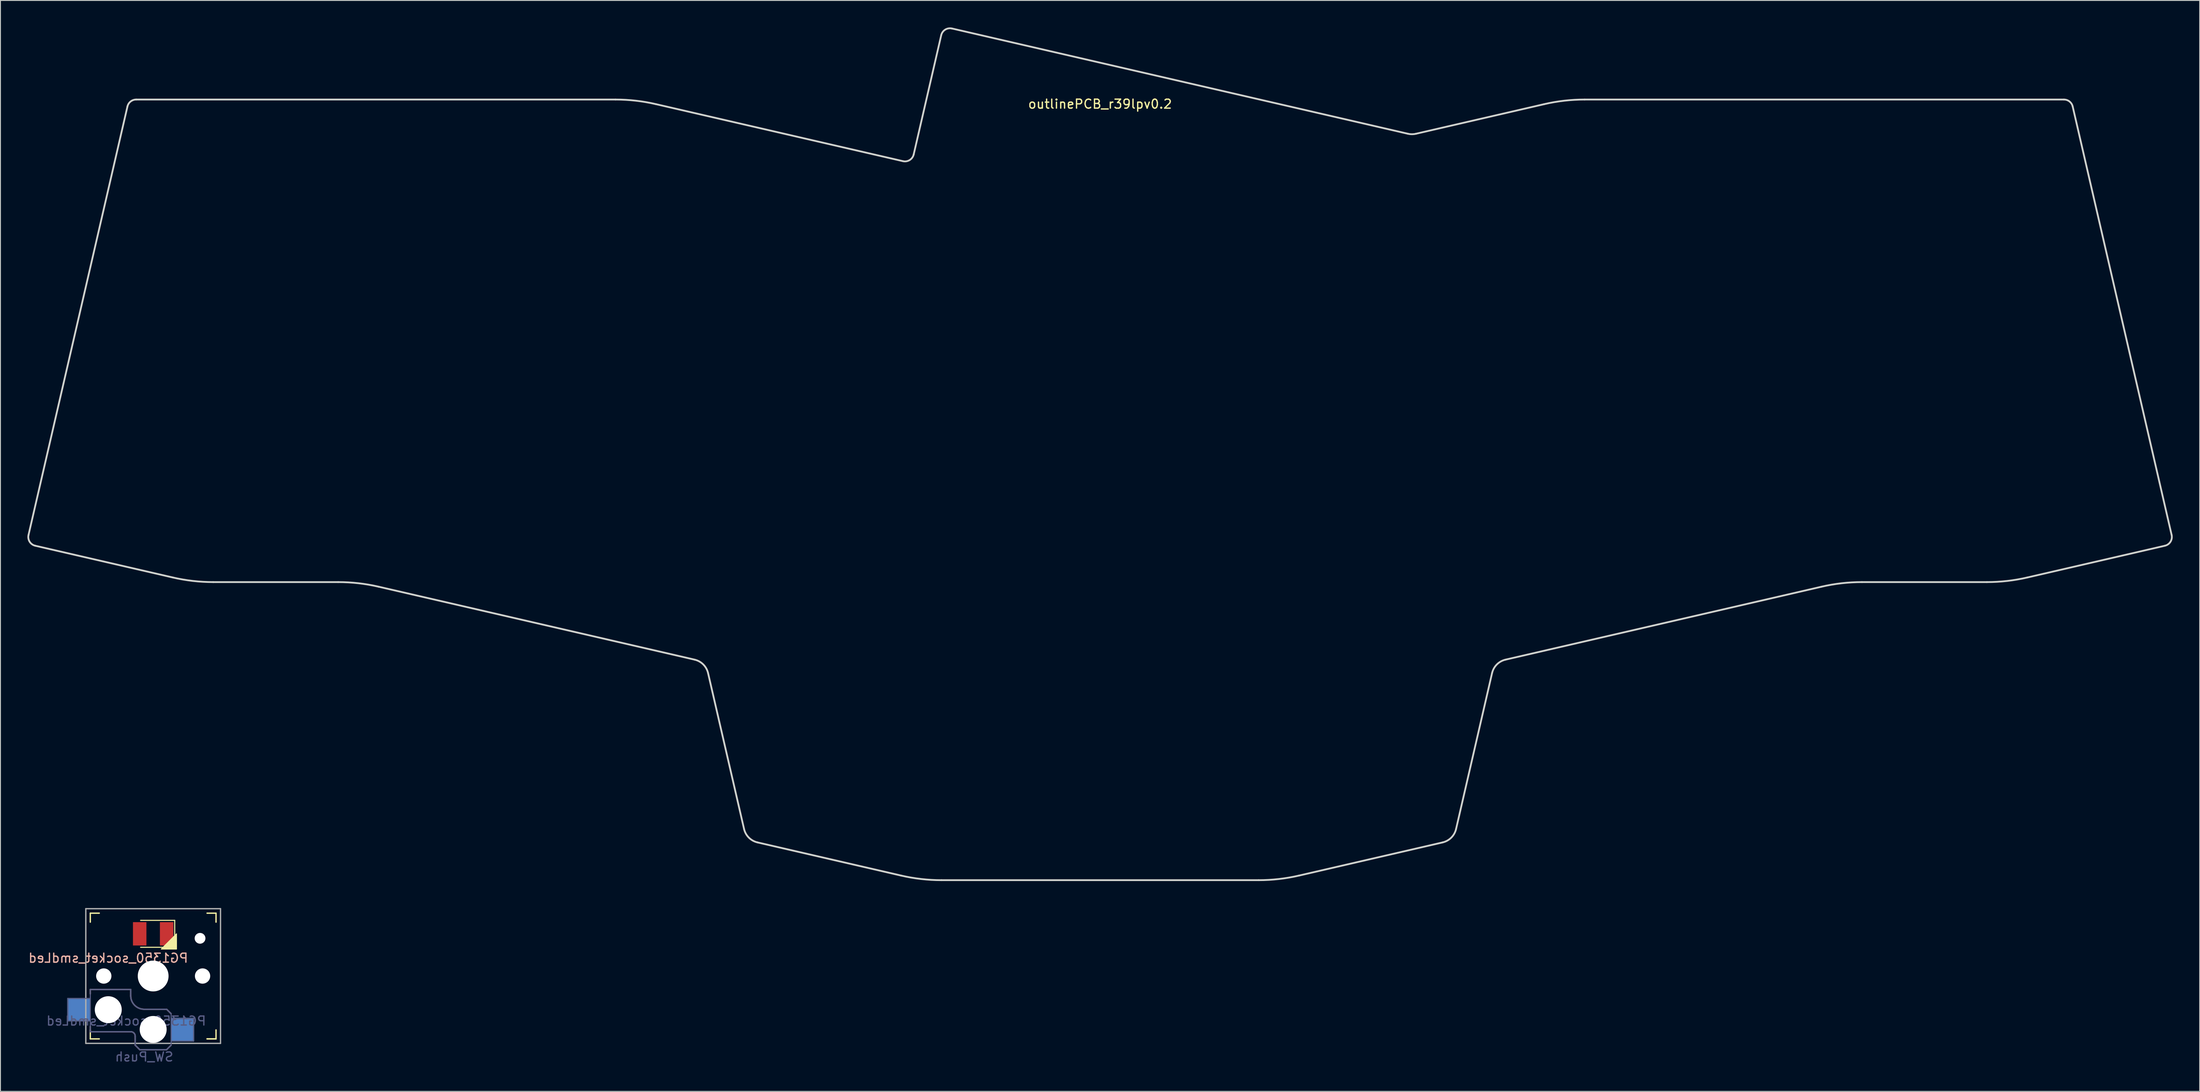
<source format=kicad_pcb>
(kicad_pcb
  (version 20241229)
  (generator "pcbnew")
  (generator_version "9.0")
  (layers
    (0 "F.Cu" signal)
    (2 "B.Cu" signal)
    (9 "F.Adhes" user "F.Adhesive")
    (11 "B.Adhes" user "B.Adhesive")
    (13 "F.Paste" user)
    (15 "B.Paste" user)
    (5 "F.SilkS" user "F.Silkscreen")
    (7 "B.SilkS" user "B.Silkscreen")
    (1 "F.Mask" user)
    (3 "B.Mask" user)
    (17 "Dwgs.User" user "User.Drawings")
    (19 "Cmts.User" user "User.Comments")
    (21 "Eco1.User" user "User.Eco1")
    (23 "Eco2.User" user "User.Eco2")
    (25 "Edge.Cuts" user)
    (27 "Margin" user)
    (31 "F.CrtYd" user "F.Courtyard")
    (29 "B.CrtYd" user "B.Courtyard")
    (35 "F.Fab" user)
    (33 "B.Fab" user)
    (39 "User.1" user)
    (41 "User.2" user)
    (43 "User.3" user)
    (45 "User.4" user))
  (footprint "outlinePCB_r39lpv0.2"
    (layer "F.Cu")
    (at 119.449 8.036)
    (property "Reference" "outlinePCB_r39lpv0.2" (at 0 0.5 0) (layer "F.SilkS") (effects (font (size 1 1) (thickness 0.15))))
    (attr through_hole)
    (fp_line (start -118.574 49.693) (end -103.256 53.229) (stroke (width 0.2) (type solid)) (layer "Edge.Cuts"))
    (fp_line (start -108.307 0.775) (end -119.324 48.494) (stroke (width 0.2) (type solid)) (layer "Edge.Cuts"))
    (fp_line (start -98.757 53.742) (end -84.841 53.742) (stroke (width 0.2) (type solid)) (layer "Edge.Cuts"))
    (fp_line (start -80.342 54.255) (end -45.15 62.379) (stroke (width 0.2) (type solid)) (layer "Edge.Cuts"))
    (fp_line (start -53.96 0) (end -107.332 0) (stroke (width 0.2) (type solid)) (layer "Edge.Cuts"))
    (fp_line (start -43.651 63.878) (end -39.644 81.236) (stroke (width 0.2) (type solid)) (layer "Edge.Cuts"))
    (fp_line (start -38.145 82.735) (end -22.157 86.426) (stroke (width 0.2) (type solid)) (layer "Edge.Cuts"))
    (fp_line (start -21.953 6.863) (end -49.461 0.513) (stroke (width 0.2) (type solid)) (layer "Edge.Cuts"))
    (fp_line (start -17.689 -7.161) (end -20.754 6.114) (stroke (width 0.2) (type solid)) (layer "Edge.Cuts"))
    (fp_line (start -17.658 86.938) (end 17.658 86.938) (stroke (width 0.2) (type solid)) (layer "Edge.Cuts"))
    (fp_line (start 22.157 86.426) (end 38.145 82.735) (stroke (width 0.2) (type solid)) (layer "Edge.Cuts"))
    (fp_line (start 34.278 3.81) (end -16.49 -7.911) (stroke (width 0.2) (type solid)) (layer "Edge.Cuts"))
    (fp_line (start 39.644 81.236) (end 43.651 63.878) (stroke (width 0.2) (type solid)) (layer "Edge.Cuts"))
    (fp_line (start 45.15 62.379) (end 80.342 54.255) (stroke (width 0.2) (type solid)) (layer "Edge.Cuts"))
    (fp_line (start 49.461 0.513) (end 35.178 3.81) (stroke (width 0.2) (type solid)) (layer "Edge.Cuts"))
    (fp_line (start 84.841 53.742) (end 98.757 53.742) (stroke (width 0.2) (type solid)) (layer "Edge.Cuts"))
    (fp_line (start 103.256 53.229) (end 118.574 49.693) (stroke (width 0.2) (type solid)) (layer "Edge.Cuts"))
    (fp_line (start 107.332 0) (end 53.96 0) (stroke (width 0.2) (type solid)) (layer "Edge.Cuts"))
    (fp_line (start 119.324 48.494) (end 108.307 0.775) (stroke (width 0.2) (type solid)) (layer "Edge.Cuts"))
    (fp_arc (start -118.574096 49.692873) (mid -119.197193 49.248422) (end -119.323515 48.493552) (stroke (width 0.2) (type solid)) (layer "Edge.Cuts"))
    (fp_arc (start -108.30683 0.775049) (mid -107.954975 0.217392) (end -107.33246 0) (stroke (width 0.2) (type solid)) (layer "Edge.Cuts"))
    (fp_arc (start -98.756723 53.741992) (mid -101.020787 53.613429) (end -103.255744 53.229393) (stroke (width 0.2) (type solid)) (layer "Edge.Cuts"))
    (fp_arc (start -84.840673 53.741991) (mid -82.576609 53.870554) (end -80.341652 54.25459) (stroke (width 0.2) (type solid)) (layer "Edge.Cuts"))
    (fp_arc (start -53.959882 -0.000001) (mid -51.695818 0.128562) (end -49.460861 0.512598) (stroke (width 0.2) (type solid)) (layer "Edge.Cuts"))
    (fp_arc (start -45.150187 62.37918) (mid -44.185876 62.913707) (end -43.651349 63.878018) (stroke (width 0.2) (type solid)) (layer "Edge.Cuts"))
    (fp_arc (start -38.145121 82.734771) (mid -39.109433 82.200244) (end -39.643959 81.235932) (stroke (width 0.2) (type solid)) (layer "Edge.Cuts"))
    (fp_arc (start -20.753814 6.113838) (mid -21.198265 6.736935) (end -21.953135 6.863257) (stroke (width 0.2) (type solid)) (layer "Edge.Cuts"))
    (fp_arc (start -17.688998 -7.161341) (mid -17.244547 -7.784439) (end -16.489676 -7.910761) (stroke (width 0.2) (type solid)) (layer "Edge.Cuts"))
    (fp_arc (start -17.658193 86.938468) (mid -19.922257 86.809905) (end -22.157214 86.425869) (stroke (width 0.2) (type solid)) (layer "Edge.Cuts"))
    (fp_arc (start 22.157214 86.425869) (mid 19.922257 86.809905) (end 17.658193 86.938468) (stroke (width 0.2) (type solid)) (layer "Edge.Cuts"))
    (fp_arc (start 35.178284 3.809991) (mid 34.728382 3.861251) (end 34.27848 3.809991) (stroke (width 0.2) (type solid)) (layer "Edge.Cuts"))
    (fp_arc (start 39.643958 81.235931) (mid 39.109432 82.200243) (end 38.145121 82.73477) (stroke (width 0.2) (type solid)) (layer "Edge.Cuts"))
    (fp_arc (start 43.651349 63.878018) (mid 44.185876 62.913707) (end 45.150187 62.37918) (stroke (width 0.2) (type solid)) (layer "Edge.Cuts"))
    (fp_arc (start 49.460861 0.512599) (mid 51.695818 0.128563) (end 53.959882 0) (stroke (width 0.2) (type solid)) (layer "Edge.Cuts"))
    (fp_arc (start 80.341652 54.254591) (mid 82.576609 53.870555) (end 84.840673 53.741992) (stroke (width 0.2) (type solid)) (layer "Edge.Cuts"))
    (fp_arc (start 103.255743 53.229393) (mid 101.020786 53.613429) (end 98.756722 53.741992) (stroke (width 0.2) (type solid)) (layer "Edge.Cuts"))
    (fp_arc (start 107.332459 0) (mid 107.954974 0.217391) (end 108.30683 0.775048) (stroke (width 0.2) (type solid)) (layer "Edge.Cuts"))
    (fp_arc (start 119.323515 48.493552) (mid 119.197193 49.248422) (end 118.574096 49.692873) (stroke (width 0.2) (type solid)) (layer "Edge.Cuts")))
  (footprint "PG1350_socket_smdLed"
    (layer "F.Cu")
    (at 14.006 105.65)
    (property "Reference" "PG1350_socket_smdLed" (at -5 -2 0) (layer "B.SilkS") (effects (font (size 1 1) (thickness 0.15)) (justify mirror)))
    (property "Value" "SW_Push" (at 0 8.255 0) (layer "F.Fab") (hide yes) (effects (font (size 1 1) (thickness 0.15))))
    (attr smd)
    (fp_line (start -7 -6) (end -7 -7) (stroke (width 0.15) (type solid)) (layer "F.SilkS"))
    (fp_line (start -7 7) (end -7 6) (stroke (width 0.15) (type solid)) (layer "F.SilkS"))
    (fp_line (start -7 7) (end -6 7) (stroke (width 0.15) (type solid)) (layer "F.SilkS"))
    (fp_line (start -6 -7) (end -7 -7) (stroke (width 0.15) (type solid)) (layer "F.SilkS"))
    (fp_line (start -1.4 -6.2) (end 2.4 -6.2) (stroke (width 0.12) (type solid)) (layer "F.SilkS"))
    (fp_line (start 2.4 -6.2) (end 2.4 -3.2) (stroke (width 0.12) (type solid)) (layer "F.SilkS"))
    (fp_line (start 2.4 -3.2) (end -1.4 -3.2) (stroke (width 0.12) (type solid)) (layer "F.SilkS"))
    (fp_line (start 6 7) (end 7 7) (stroke (width 0.15) (type solid)) (layer "F.SilkS"))
    (fp_line (start 7 -7) (end 6 -7) (stroke (width 0.15) (type solid)) (layer "F.SilkS"))
    (fp_line (start 7 -7) (end 7 -6) (stroke (width 0.15) (type solid)) (layer "F.SilkS"))
    (fp_line (start 7 6) (end 7 7) (stroke (width 0.15) (type solid)) (layer "F.SilkS"))
    (fp_line (start 7 7) (end 6 7) (stroke (width 0.15) (type solid)) (layer "F.SilkS"))
    (fp_poly (pts (xy 2.6 -3) (xy 0.9 -3) (xy 2.6 -4.7)) (stroke (width 0.1) (type solid)) (fill yes) (layer "F.SilkS"))
    (fp_line (start -7 1.5) (end -7 2) (stroke (width 0.15) (type solid)) (layer "B.SilkS"))
    (fp_line (start -7 5.6) (end -7 6.2) (stroke (width 0.15) (type solid)) (layer "B.SilkS"))
    (fp_line (start -7 6.2) (end -2.5 6.2) (stroke (width 0.15) (type solid)) (layer "B.SilkS"))
    (fp_line (start -2.5 1.5) (end -7 1.5) (stroke (width 0.15) (type solid)) (layer "B.SilkS"))
    (fp_line (start -2.5 2.2) (end -2.5 1.5) (stroke (width 0.15) (type solid)) (layer "B.SilkS"))
    (fp_line (start -2 6.7) (end -2 7.7) (stroke (width 0.15) (type solid)) (layer "B.SilkS"))
    (fp_line (start -1.5 8.2) (end -2 7.7) (stroke (width 0.15) (type solid)) (layer "B.SilkS"))
    (fp_line (start 1.5 3.7) (end -1 3.7) (stroke (width 0.15) (type solid)) (layer "B.SilkS"))
    (fp_line (start 1.5 8.2) (end -1.5 8.2) (stroke (width 0.15) (type solid)) (layer "B.SilkS"))
    (fp_line (start 2 4.2) (end 1.5 3.7) (stroke (width 0.15) (type solid)) (layer "B.SilkS"))
    (fp_line (start 2 7.7) (end 1.5 8.2) (stroke (width 0.15) (type solid)) (layer "B.SilkS"))
    (fp_arc (start -2.5 6.2) (mid -2.146447 6.346447) (end -2 6.7) (stroke (width 0.15) (type solid)) (layer "B.SilkS"))
    (fp_arc (start -1 3.7) (mid -2.06066 3.26066) (end -2.5 2.2) (stroke (width 0.15) (type solid)) (layer "B.SilkS"))
    (fp_line (start -6.9 6.9) (end -6.9 -6.9) (stroke (width 0.15) (type solid)) (layer "Eco2.User"))
    (fp_line (start -6.9 6.9) (end 6.9 6.9) (stroke (width 0.15) (type solid)) (layer "Eco2.User"))
    (fp_line (start -2.6 -3.1) (end -2.6 -6.3) (stroke (width 0.15) (type solid)) (layer "Eco2.User"))
    (fp_line (start -2.6 -3.1) (end 2.6 -3.1) (stroke (width 0.15) (type solid)) (layer "Eco2.User"))
    (fp_line (start 2.6 -6.3) (end -2.6 -6.3) (stroke (width 0.15) (type solid)) (layer "Eco2.User"))
    (fp_line (start 2.6 -3.1) (end 2.6 -6.3) (stroke (width 0.15) (type solid)) (layer "Eco2.User"))
    (fp_line (start 6.9 -6.9) (end -6.9 -6.9) (stroke (width 0.15) (type solid)) (layer "Eco2.User"))
    (fp_line (start 6.9 -6.9) (end 6.9 6.9) (stroke (width 0.15) (type solid)) (layer "Eco2.User"))
    (fp_line (start -9.5 2.5) (end -7 2.5) (stroke (width 0.12) (type solid)) (layer "B.Fab"))
    (fp_line (start -9.5 5) (end -9.5 2.5) (stroke (width 0.12) (type solid)) (layer "B.Fab"))
    (fp_line (start -7 1.5) (end -7 6.2) (stroke (width 0.12) (type solid)) (layer "B.Fab"))
    (fp_line (start -7 5) (end -9.5 5) (stroke (width 0.12) (type solid)) (layer "B.Fab"))
    (fp_line (start -7 6.2) (end -2.5 6.2) (stroke (width 0.15) (type solid)) (layer "B.Fab"))
    (fp_line (start -2.5 1.5) (end -7 1.5) (stroke (width 0.15) (type solid)) (layer "B.Fab"))
    (fp_line (start -2.5 2.2) (end -2.5 1.5) (stroke (width 0.15) (type solid)) (layer "B.Fab"))
    (fp_line (start -2 6.7) (end -2 7.7) (stroke (width 0.15) (type solid)) (layer "B.Fab"))
    (fp_line (start -1.5 8.2) (end -2 7.7) (stroke (width 0.15) (type solid)) (layer "B.Fab"))
    (fp_line (start 1.5 3.7) (end -1 3.7) (stroke (width 0.15) (type solid)) (layer "B.Fab"))
    (fp_line (start 1.5 8.2) (end -1.5 8.2) (stroke (width 0.15) (type solid)) (layer "B.Fab"))
    (fp_line (start 2 4.2) (end 1.5 3.7) (stroke (width 0.15) (type solid)) (layer "B.Fab"))
    (fp_line (start 2 4.25) (end 2 7.7) (stroke (width 0.12) (type solid)) (layer "B.Fab"))
    (fp_line (start 2 4.75) (end 4.5 4.75) (stroke (width 0.12) (type solid)) (layer "B.Fab"))
    (fp_line (start 2 7.7) (end 1.5 8.2) (stroke (width 0.15) (type solid)) (layer "B.Fab"))
    (fp_line (start 4.5 4.75) (end 4.5 7.25) (stroke (width 0.12) (type solid)) (layer "B.Fab"))
    (fp_line (start 4.5 7.25) (end 2 7.25) (stroke (width 0.12) (type solid)) (layer "B.Fab"))
    (fp_arc (start -2.5 6.2) (mid -2.146447 6.346447) (end -2 6.7) (stroke (width 0.15) (type solid)) (layer "B.Fab"))
    (fp_arc (start -1 3.7) (mid -2.06066 3.26066) (end -2.5 2.2) (stroke (width 0.15) (type solid)) (layer "B.Fab"))
    (fp_line (start -7.5 -7.5) (end 7.5 -7.5) (stroke (width 0.15) (type solid)) (layer "F.Fab"))
    (fp_line (start -7.5 7.5) (end -7.5 -7.5) (stroke (width 0.15) (type solid)) (layer "F.Fab"))
    (fp_line (start 7.5 -7.5) (end 7.5 7.5) (stroke (width 0.15) (type solid)) (layer "F.Fab"))
    (fp_line (start 7.5 7.5) (end -7.5 7.5) (stroke (width 0.15) (type solid)) (layer "F.Fab"))
    (fp_text user "${VALUE}" (at -1 9 0) (layer "B.Fab") (effects (font (size 1 1) (thickness 0.15)) (justify mirror)))
    (fp_text user "${REFERENCE}" (at -3 5 0) (layer "B.Fab") (effects (font (size 1 1) (thickness 0.15)) (justify mirror)))
    (pad "" np_thru_hole circle (at -5.5 0) (size 1.702 1.702) (drill 1.702) (layers "*.Cu" "*.Mask"))
    (pad "" np_thru_hole circle (at -5 3.75) (size 3 3) (drill 3) (layers "*.Cu" "*.Mask"))
    (pad "" np_thru_hole circle (at 0 0) (size 3.429 3.429) (drill 3.429) (layers "*.Cu" "*.Mask"))
    (pad "" np_thru_hole circle (at 0 5.95) (size 3 3) (drill 3) (layers "*.Cu" "*.Mask"))
    (pad "" np_thru_hole circle (at 5.22 -4.2) (size 1.2 1.2) (drill 1.2) (layers "*.Cu" "*.Mask"))
    (pad "" np_thru_hole circle (at 5.5 0) (size 1.702 1.702) (drill 1.702) (layers "*.Cu" "*.Mask"))
    (pad "1" smd rect (at 3.275 5.95) (size 2.6 2.6) (layers "B.Cu" "B.Mask" "B.Paste"))
    (pad "2" smd rect (at -8.275 3.75) (size 2.6 2.6) (layers "B.Cu" "B.Mask" "B.Paste"))
    (pad "3" smd rect (at 1.5 -4.7) (size 1.5 2.6) (layers "F.Cu" "F.Mask" "F.Paste"))
    (pad "4" smd rect (at -1.5 -4.7 180) (size 1.5 2.6) (layers "F.Cu" "F.Mask" "F.Paste")))
  (gr_rect
    (start -3 -3)
    (end 241.898 118.498)
    (stroke (width 0.1) (type default))
    (fill no)
    (layer "Edge.Cuts")))
</source>
